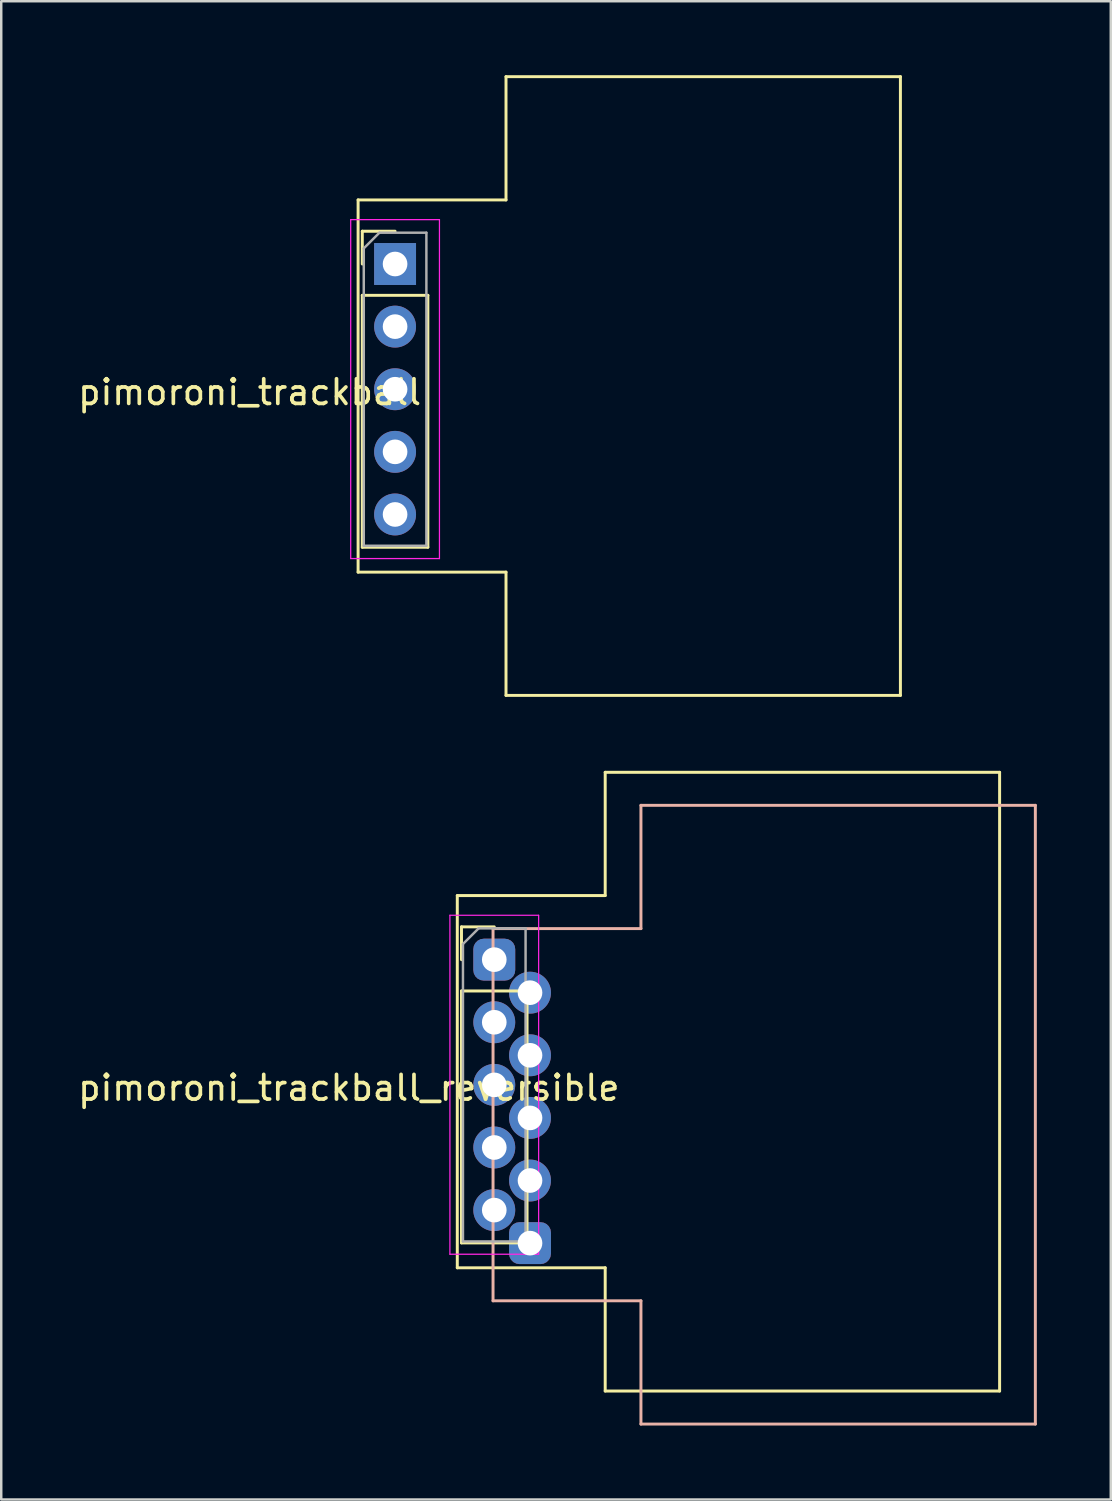
<source format=kicad_pcb>
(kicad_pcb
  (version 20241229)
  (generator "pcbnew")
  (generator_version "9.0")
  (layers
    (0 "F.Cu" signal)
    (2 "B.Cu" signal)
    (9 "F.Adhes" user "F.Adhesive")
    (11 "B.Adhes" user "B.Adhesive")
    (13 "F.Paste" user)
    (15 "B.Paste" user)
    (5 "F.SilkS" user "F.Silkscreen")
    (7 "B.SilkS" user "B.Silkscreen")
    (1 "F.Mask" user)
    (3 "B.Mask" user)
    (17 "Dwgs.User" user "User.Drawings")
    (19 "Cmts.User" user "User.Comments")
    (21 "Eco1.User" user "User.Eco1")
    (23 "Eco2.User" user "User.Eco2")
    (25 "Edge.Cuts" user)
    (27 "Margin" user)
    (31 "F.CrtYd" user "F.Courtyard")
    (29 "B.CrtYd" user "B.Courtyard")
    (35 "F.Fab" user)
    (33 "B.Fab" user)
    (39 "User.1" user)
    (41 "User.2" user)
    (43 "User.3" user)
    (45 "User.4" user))
  (footprint "pimoroni_trackball_reversible"
    (layer "F.Cu")
    (at 17.001 35.88)
    (property "Reference" "pimoroni_trackball_reversible" (at -5.9 5.2 0) (layer "F.SilkS") (effects (font (size 1 1) (thickness 0.15))))
    (attr through_hole)
    (fp_line (start -1.5 -2.6) (end -1.5 12.5) (stroke (width 0.12) (type solid)) (layer "F.SilkS"))
    (fp_line (start -1.5 -2.6) (end 4.5 -2.6) (stroke (width 0.12) (type solid)) (layer "F.SilkS"))
    (fp_line (start -1.5 12.5) (end 4.5 12.5) (stroke (width 0.12) (type solid)) (layer "F.SilkS"))
    (fp_line (start -1.33 -1.33) (end 0 -1.33) (stroke (width 0.12) (type solid)) (layer "F.SilkS"))
    (fp_line (start -1.33 0) (end -1.33 -1.33) (stroke (width 0.12) (type solid)) (layer "F.SilkS"))
    (fp_line (start -1.33 1.27) (end -1.33 11.49) (stroke (width 0.12) (type solid)) (layer "F.SilkS"))
    (fp_line (start -1.33 1.27) (end 1.33 1.27) (stroke (width 0.12) (type solid)) (layer "F.SilkS"))
    (fp_line (start -1.33 11.49) (end 1.33 11.49) (stroke (width 0.12) (type solid)) (layer "F.SilkS"))
    (fp_line (start 1.33 1.27) (end 1.33 11.49) (stroke (width 0.12) (type solid)) (layer "F.SilkS"))
    (fp_line (start 4.5 -7.6) (end 20.5 -7.6) (stroke (width 0.12) (type solid)) (layer "F.SilkS"))
    (fp_line (start 4.5 -2.6) (end 4.5 -7.6) (stroke (width 0.12) (type solid)) (layer "F.SilkS"))
    (fp_line (start 4.5 12.5) (end 4.5 17.5) (stroke (width 0.12) (type solid)) (layer "F.SilkS"))
    (fp_line (start 4.5 17.5) (end 20.5 17.5) (stroke (width 0.12) (type solid)) (layer "F.SilkS"))
    (fp_line (start 20.5 17.5) (end 20.5 -7.6) (stroke (width 0.12) (type solid)) (layer "F.SilkS"))
    (fp_line (start -0.05 -1.26) (end -0.05 13.84) (stroke (width 0.12) (type solid)) (layer "B.SilkS"))
    (fp_line (start -0.05 -1.26) (end 5.95 -1.26) (stroke (width 0.12) (type solid)) (layer "B.SilkS"))
    (fp_line (start -0.05 13.84) (end 5.95 13.84) (stroke (width 0.12) (type solid)) (layer "B.SilkS"))
    (fp_line (start 5.95 -6.26) (end 21.95 -6.26) (stroke (width 0.12) (type solid)) (layer "B.SilkS"))
    (fp_line (start 5.95 -1.26) (end 5.95 -6.26) (stroke (width 0.12) (type solid)) (layer "B.SilkS"))
    (fp_line (start 5.95 13.84) (end 5.95 18.84) (stroke (width 0.12) (type solid)) (layer "B.SilkS"))
    (fp_line (start 5.95 18.84) (end 21.95 18.84) (stroke (width 0.12) (type solid)) (layer "B.SilkS"))
    (fp_line (start 21.95 18.84) (end 21.95 -6.26) (stroke (width 0.12) (type solid)) (layer "B.SilkS"))
    (fp_line (start -1.8 -1.8) (end -1.8 11.95) (stroke (width 0.05) (type solid)) (layer "F.CrtYd"))
    (fp_line (start -1.8 11.95) (end 1.8 11.95) (stroke (width 0.05) (type solid)) (layer "F.CrtYd"))
    (fp_line (start 1.8 -1.8) (end -1.8 -1.8) (stroke (width 0.05) (type solid)) (layer "F.CrtYd"))
    (fp_line (start 1.8 11.95) (end 1.8 -1.8) (stroke (width 0.05) (type solid)) (layer "F.CrtYd"))
    (fp_line (start -1.27 -0.635) (end -0.635 -1.27) (stroke (width 0.1) (type solid)) (layer "F.Fab"))
    (fp_line (start -1.27 11.43) (end -1.27 -0.635) (stroke (width 0.1) (type solid)) (layer "F.Fab"))
    (fp_line (start -0.635 -1.27) (end 1.27 -1.27) (stroke (width 0.1) (type solid)) (layer "F.Fab"))
    (fp_line (start 1.27 -1.27) (end 1.27 11.43) (stroke (width 0.1) (type solid)) (layer "F.Fab"))
    (fp_line (start 1.27 11.43) (end -1.27 11.43) (stroke (width 0.1) (type solid)) (layer "F.Fab"))
    (pad "1" thru_hole roundrect (at 0 0) (size 1.7 1.7) (drill 1) (layers "*.Cu" "*.Mask") (roundrect_rratio 0.25))
    (pad "1" thru_hole roundrect (at 1.45 11.5) (size 1.7 1.7) (drill 1) (layers "*.Cu" "*.Mask") (roundrect_rratio 0.25))
    (pad "2" thru_hole oval (at 0 2.54) (size 1.7 1.7) (drill 1) (layers "*.Cu" "*.Mask"))
    (pad "2" thru_hole oval (at 1.45 8.96) (size 1.7 1.7) (drill 1) (layers "*.Cu" "*.Mask"))
    (pad "3" thru_hole oval (at 0 5.08) (size 1.7 1.7) (drill 1) (layers "*.Cu" "*.Mask"))
    (pad "3" thru_hole oval (at 1.45 6.42) (size 1.7 1.7) (drill 1) (layers "*.Cu" "*.Mask"))
    (pad "4" thru_hole oval (at 0 7.62) (size 1.7 1.7) (drill 1) (layers "*.Cu" "*.Mask"))
    (pad "4" thru_hole oval (at 1.45 3.88) (size 1.7 1.7) (drill 1) (layers "*.Cu" "*.Mask"))
    (pad "5" thru_hole oval (at 0 10.16) (size 1.7 1.7) (drill 1) (layers "*.Cu" "*.Mask"))
    (pad "5" thru_hole oval (at 1.45 1.34) (size 1.7 1.7) (drill 1) (layers "*.Cu" "*.Mask")))
  (footprint "pimoroni_trackball"
    (layer "F.Cu")
    (at 12.977 7.66)
    (property "Reference" "pimoroni_trackball" (at -5.9 5.2 0) (layer "F.SilkS") (effects (font (size 1 1) (thickness 0.15))))
    (attr through_hole)
    (fp_line (start -1.5 -2.6) (end -1.5 12.5) (stroke (width 0.12) (type solid)) (layer "F.SilkS"))
    (fp_line (start -1.5 -2.6) (end 4.5 -2.6) (stroke (width 0.12) (type solid)) (layer "F.SilkS"))
    (fp_line (start -1.5 12.5) (end 4.5 12.5) (stroke (width 0.12) (type solid)) (layer "F.SilkS"))
    (fp_line (start -1.33 -1.33) (end 0 -1.33) (stroke (width 0.12) (type solid)) (layer "F.SilkS"))
    (fp_line (start -1.33 0) (end -1.33 -1.33) (stroke (width 0.12) (type solid)) (layer "F.SilkS"))
    (fp_line (start -1.33 1.27) (end -1.33 11.49) (stroke (width 0.12) (type solid)) (layer "F.SilkS"))
    (fp_line (start -1.33 1.27) (end 1.33 1.27) (stroke (width 0.12) (type solid)) (layer "F.SilkS"))
    (fp_line (start -1.33 11.49) (end 1.33 11.49) (stroke (width 0.12) (type solid)) (layer "F.SilkS"))
    (fp_line (start 1.33 1.27) (end 1.33 11.49) (stroke (width 0.12) (type solid)) (layer "F.SilkS"))
    (fp_line (start 4.5 -7.6) (end 20.5 -7.6) (stroke (width 0.12) (type solid)) (layer "F.SilkS"))
    (fp_line (start 4.5 -2.6) (end 4.5 -7.6) (stroke (width 0.12) (type solid)) (layer "F.SilkS"))
    (fp_line (start 4.5 12.5) (end 4.5 17.5) (stroke (width 0.12) (type solid)) (layer "F.SilkS"))
    (fp_line (start 4.5 17.5) (end 20.5 17.5) (stroke (width 0.12) (type solid)) (layer "F.SilkS"))
    (fp_line (start 20.5 17.5) (end 20.5 -7.6) (stroke (width 0.12) (type solid)) (layer "F.SilkS"))
    (fp_line (start -1.8 -1.8) (end -1.8 11.95) (stroke (width 0.05) (type solid)) (layer "F.CrtYd"))
    (fp_line (start -1.8 11.95) (end 1.8 11.95) (stroke (width 0.05) (type solid)) (layer "F.CrtYd"))
    (fp_line (start 1.8 -1.8) (end -1.8 -1.8) (stroke (width 0.05) (type solid)) (layer "F.CrtYd"))
    (fp_line (start 1.8 11.95) (end 1.8 -1.8) (stroke (width 0.05) (type solid)) (layer "F.CrtYd"))
    (fp_line (start -1.27 -0.635) (end -0.635 -1.27) (stroke (width 0.1) (type solid)) (layer "F.Fab"))
    (fp_line (start -1.27 11.43) (end -1.27 -0.635) (stroke (width 0.1) (type solid)) (layer "F.Fab"))
    (fp_line (start -0.635 -1.27) (end 1.27 -1.27) (stroke (width 0.1) (type solid)) (layer "F.Fab"))
    (fp_line (start 1.27 -1.27) (end 1.27 11.43) (stroke (width 0.1) (type solid)) (layer "F.Fab"))
    (fp_line (start 1.27 11.43) (end -1.27 11.43) (stroke (width 0.1) (type solid)) (layer "F.Fab"))
    (pad "1" thru_hole rect (at 0 0) (size 1.7 1.7) (drill 1) (layers "*.Cu" "*.Mask"))
    (pad "2" thru_hole oval (at 0 2.54) (size 1.7 1.7) (drill 1) (layers "*.Cu" "*.Mask"))
    (pad "3" thru_hole oval (at 0 5.08) (size 1.7 1.7) (drill 1) (layers "*.Cu" "*.Mask"))
    (pad "4" thru_hole oval (at 0 7.62) (size 1.7 1.7) (drill 1) (layers "*.Cu" "*.Mask"))
    (pad "5" thru_hole oval (at 0 10.16) (size 1.7 1.7) (drill 1) (layers "*.Cu" "*.Mask")))
  (gr_rect
    (start -3 -3)
    (end 42.011 57.78)
    (stroke (width 0.1) (type default))
    (fill no)
    (layer "Edge.Cuts")))
</source>
